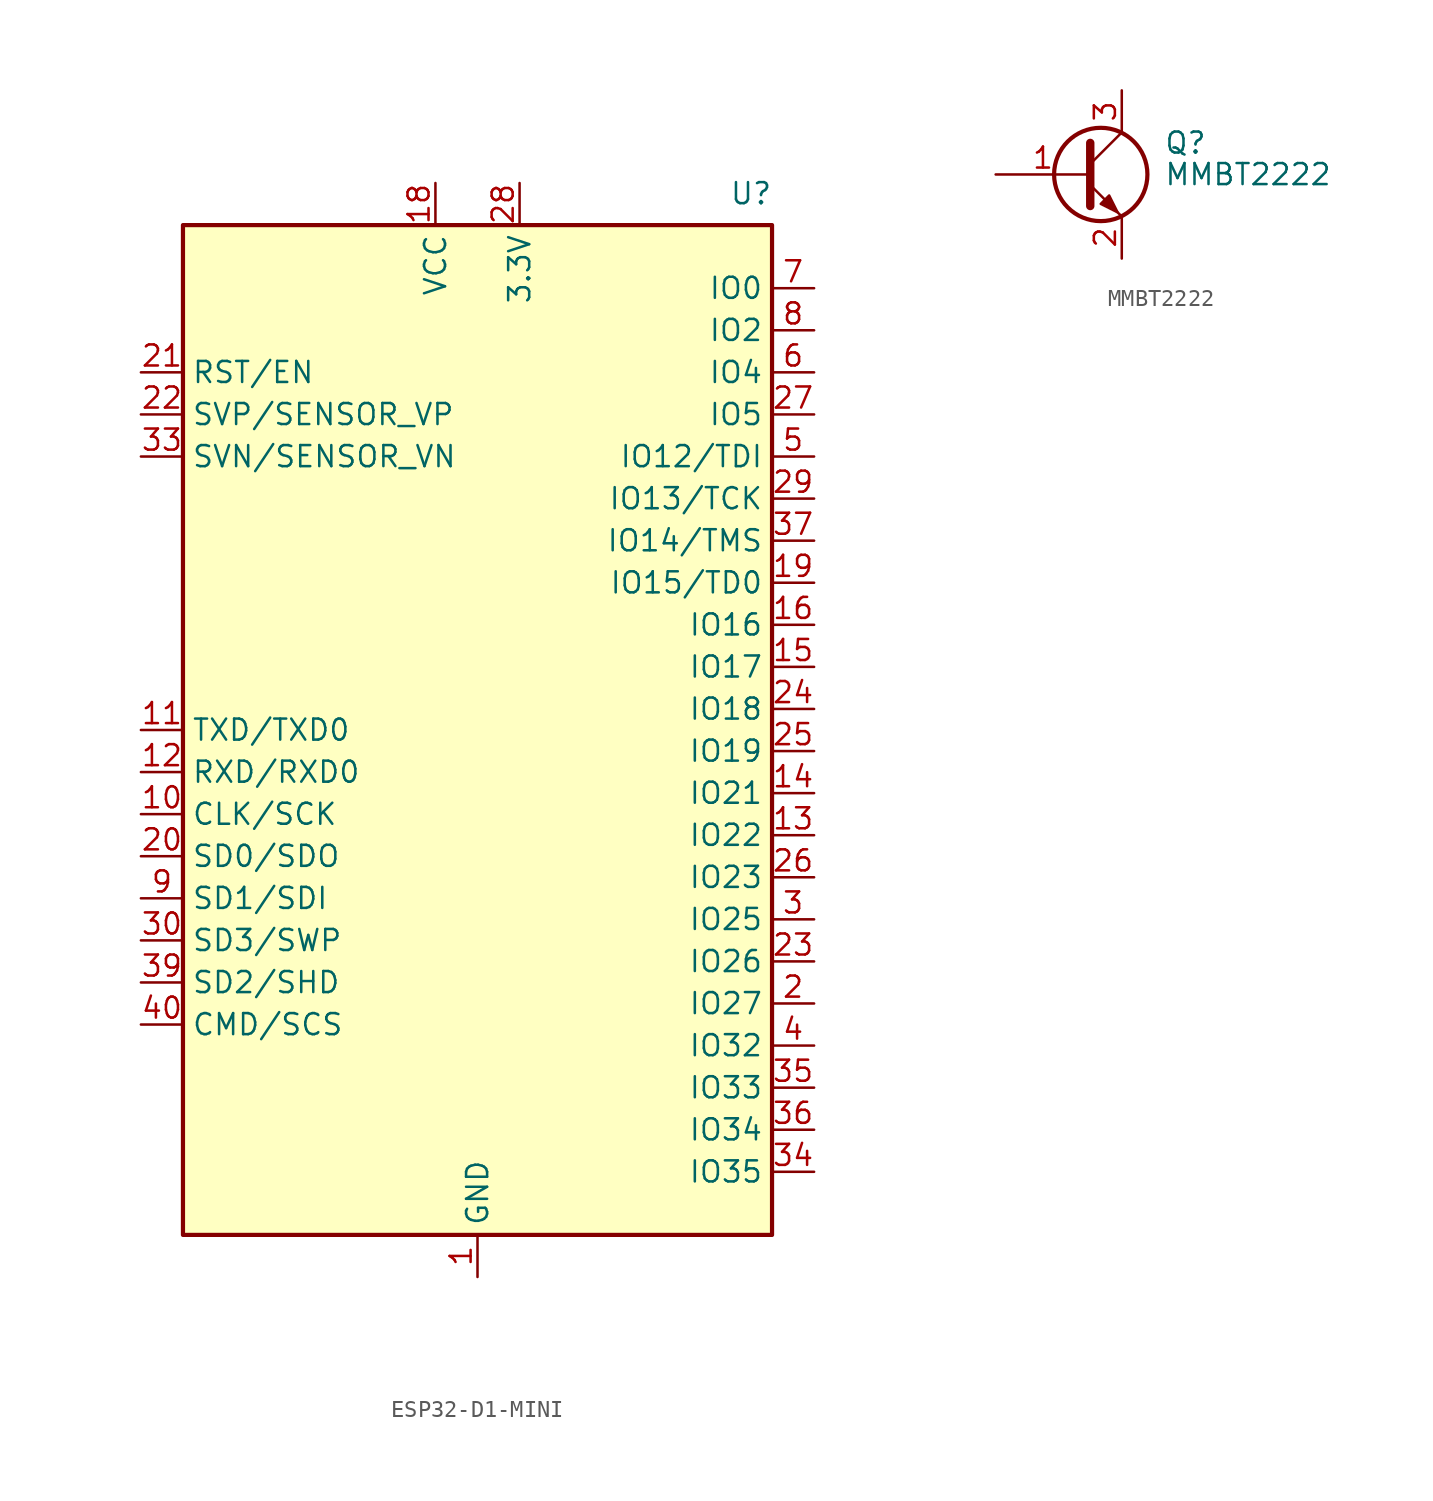
<source format=kicad_sym>
(kicad_symbol_lib
  (version 20220914)
  (generator kicad_symbol_editor)
  (symbol "ESP32-D1-MINI"
    (property "Reference" "U"
      (at 16.51 32.385 0)
      (effects (font (size 1.27 1.27))))
    (property "Value" ""
      (at 0 -1.905 0)
      (effects (font (size 1.27 1.27))))
    (symbol "ESP32-D1-MINI_0_1"
      (rectangle (start -17.78 30.48) (end 17.78 -30.48) (stroke (width 0.254) (type solid)) (fill (type background))))
    (symbol "ESP32-D1-MINI_1_1"
      (pin power_in line (at 0 -33.02 90) (length 2.54) (name "GND" (effects (font (size 1.27 1.27)))) (number "1" (effects (font (size 1.27 1.27)))))
      (pin bidirectional line (at -20.32 -5.08 0) (length 2.54) (name "CLK/SCK" (effects (font (size 1.27 1.27)))) (number "10" (effects (font (size 1.27 1.27)))))
      (pin bidirectional line (at -20.32 0 0) (length 2.54) (name "TXD/TXD0" (effects (font (size 1.27 1.27)))) (number "11" (effects (font (size 1.27 1.27)))))
      (pin bidirectional line (at -20.32 -2.54 0) (length 2.54) (name "RXD/RXD0" (effects (font (size 1.27 1.27)))) (number "12" (effects (font (size 1.27 1.27)))))
      (pin bidirectional line (at 20.32 -6.35 180) (length 2.54) (name "IO22" (effects (font (size 1.27 1.27)))) (number "13" (effects (font (size 1.27 1.27)))))
      (pin bidirectional line (at 20.32 -3.81 180) (length 2.54) (name "IO21" (effects (font (size 1.27 1.27)))) (number "14" (effects (font (size 1.27 1.27)))))
      (pin bidirectional line (at 20.32 3.81 180) (length 2.54) (name "IO17" (effects (font (size 1.27 1.27)))) (number "15" (effects (font (size 1.27 1.27)))))
      (pin bidirectional line (at 20.32 6.35 180) (length 2.54) (name "IO16" (effects (font (size 1.27 1.27)))) (number "16" (effects (font (size 1.27 1.27)))))
      (pin power_in line (at 0 -33.02 90) (length 2.54) hide (name "GND" (effects (font (size 1.27 1.27)))) (number "17" (effects (font (size 1.27 1.27)))))
      (pin power_in line (at -2.54 33.02 270) (length 2.54) (name "VCC" (effects (font (size 1.27 1.27)))) (number "18" (effects (font (size 1.27 1.27)))))
      (pin bidirectional line (at 20.32 8.89 180) (length 2.54) (name "IO15/TD0" (effects (font (size 1.27 1.27)))) (number "19" (effects (font (size 1.27 1.27)))))
      (pin bidirectional line (at 20.32 -16.51 180) (length 2.54) (name "IO27" (effects (font (size 1.27 1.27)))) (number "2" (effects (font (size 1.27 1.27)))))
      (pin bidirectional line (at -20.32 -7.62 0) (length 2.54) (name "SD0/SDO" (effects (font (size 1.27 1.27)))) (number "20" (effects (font (size 1.27 1.27)))))
      (pin input line (at -20.32 21.59 0) (length 2.54) (name "RST/EN" (effects (font (size 1.27 1.27)))) (number "21" (effects (font (size 1.27 1.27)))))
      (pin input line (at -20.32 19.05 0) (length 2.54) (name "SVP/SENSOR_VP" (effects (font (size 1.27 1.27)))) (number "22" (effects (font (size 1.27 1.27)))))
      (pin bidirectional line (at 20.32 -13.97 180) (length 2.54) (name "IO26" (effects (font (size 1.27 1.27)))) (number "23" (effects (font (size 1.27 1.27)))))
      (pin bidirectional line (at 20.32 1.27 180) (length 2.54) (name "IO18" (effects (font (size 1.27 1.27)))) (number "24" (effects (font (size 1.27 1.27)))))
      (pin bidirectional line (at 20.32 -1.27 180) (length 2.54) (name "IO19" (effects (font (size 1.27 1.27)))) (number "25" (effects (font (size 1.27 1.27)))))
      (pin bidirectional line (at 20.32 -8.89 180) (length 2.54) (name "IO23" (effects (font (size 1.27 1.27)))) (number "26" (effects (font (size 1.27 1.27)))))
      (pin bidirectional line (at 20.32 19.05 180) (length 2.54) (name "IO5" (effects (font (size 1.27 1.27)))) (number "27" (effects (font (size 1.27 1.27)))))
      (pin power_out line (at 2.54 33.02 270) (length 2.54) (name "3.3V" (effects (font (size 1.27 1.27)))) (number "28" (effects (font (size 1.27 1.27)))))
      (pin bidirectional line (at 20.32 13.97 180) (length 2.54) (name "IO13/TCK" (effects (font (size 1.27 1.27)))) (number "29" (effects (font (size 1.27 1.27)))))
      (pin bidirectional line (at 20.32 -11.43 180) (length 2.54) (name "IO25" (effects (font (size 1.27 1.27)))) (number "3" (effects (font (size 1.27 1.27)))))
      (pin bidirectional line (at -20.32 -12.7 0) (length 2.54) (name "SD3/SWP" (effects (font (size 1.27 1.27)))) (number "30" (effects (font (size 1.27 1.27)))))
      (pin power_in line (at 0 -33.02 90) (length 2.54) hide (name "GND" (effects (font (size 1.27 1.27)))) (number "31" (effects (font (size 1.27 1.27)))))
      (pin no_connect line (at -20.32 -24.13 0) (length 2.54) hide (name "NC" (effects (font (size 1.27 1.27)))) (number "32" (effects (font (size 1.27 1.27)))))
      (pin input line (at -20.32 16.51 0) (length 2.54) (name "SVN/SENSOR_VN" (effects (font (size 1.27 1.27)))) (number "33" (effects (font (size 1.27 1.27)))))
      (pin bidirectional line (at 20.32 -26.67 180) (length 2.54) (name "IO35" (effects (font (size 1.27 1.27)))) (number "34" (effects (font (size 1.27 1.27)))))
      (pin bidirectional line (at 20.32 -21.59 180) (length 2.54) (name "IO33" (effects (font (size 1.27 1.27)))) (number "35" (effects (font (size 1.27 1.27)))))
      (pin bidirectional line (at 20.32 -24.13 180) (length 2.54) (name "IO34" (effects (font (size 1.27 1.27)))) (number "36" (effects (font (size 1.27 1.27)))))
      (pin bidirectional line (at 20.32 11.43 180) (length 2.54) (name "IO14/TMS" (effects (font (size 1.27 1.27)))) (number "37" (effects (font (size 1.27 1.27)))))
      (pin no_connect line (at -20.32 -26.67 0) (length 2.54) hide (name "NC" (effects (font (size 1.27 1.27)))) (number "38" (effects (font (size 1.27 1.27)))))
      (pin bidirectional line (at -20.32 -15.24 0) (length 2.54) (name "SD2/SHD" (effects (font (size 1.27 1.27)))) (number "39" (effects (font (size 1.27 1.27)))))
      (pin bidirectional line (at 20.32 -19.05 180) (length 2.54) (name "IO32" (effects (font (size 1.27 1.27)))) (number "4" (effects (font (size 1.27 1.27)))))
      (pin bidirectional line (at -20.32 -17.78 0) (length 2.54) (name "CMD/SCS" (effects (font (size 1.27 1.27)))) (number "40" (effects (font (size 1.27 1.27)))))
      (pin bidirectional line (at 20.32 16.51 180) (length 2.54) (name "IO12/TDI" (effects (font (size 1.27 1.27)))) (number "5" (effects (font (size 1.27 1.27)))))
      (pin bidirectional line (at 20.32 21.59 180) (length 2.54) (name "IO4" (effects (font (size 1.27 1.27)))) (number "6" (effects (font (size 1.27 1.27)))))
      (pin bidirectional line (at 20.32 26.67 180) (length 2.54) (name "IO0" (effects (font (size 1.27 1.27)))) (number "7" (effects (font (size 1.27 1.27)))))
      (pin bidirectional line (at 20.32 24.13 180) (length 2.54) (name "IO2" (effects (font (size 1.27 1.27)))) (number "8" (effects (font (size 1.27 1.27)))))
      (pin bidirectional line (at -20.32 -10.16 0) (length 2.54) (name "SD1/SDI" (effects (font (size 1.27 1.27)))) (number "9" (effects (font (size 1.27 1.27)))))))
  (symbol "MMBT2222"
    (pin_names
      (offset 0) hide)
    (property "Reference" "Q"
      (at 5.08 1.905 0)
      (effects (font (size 1.27 1.27)) (justify left)))
    (property "Value" "MMBT2222"
      (at 5.08 0 0)
      (effects (font (size 1.27 1.27)) (justify left)))
    (symbol "MMBT2222_0_1"
      (polyline (pts (xy 0.635 0.635) (xy 2.54 2.54)) (stroke (width 0) (type solid)) (fill (type none)))
      (polyline (pts (xy 0.635 -0.635) (xy 2.54 -2.54) (xy 2.54 -2.54)) (stroke (width 0) (type solid)) (fill (type none)))
      (polyline (pts (xy 0.635 1.905) (xy 0.635 -1.905) (xy 0.635 -1.905)) (stroke (width 0.508) (type solid)) (fill (type none)))
      (polyline (pts (xy 1.27 -1.778) (xy 1.778 -1.27) (xy 2.286 -2.286) (xy 1.27 -1.778) (xy 1.27 -1.778)) (stroke (width 0) (type solid)) (fill (type outline)))
      (circle (center 1.27 0) (radius 2.819) (stroke (width 0.254) (type solid)) (fill (type none))))
    (symbol "MMBT2222_1_1"
      (pin input line (at -5.08 0 0) (length 5.715) (name "B" (effects (font (size 1.27 1.27)))) (number "1" (effects (font (size 1.27 1.27)))))
      (pin passive line (at 2.54 -5.08 90) (length 2.54) (name "E" (effects (font (size 1.27 1.27)))) (number "2" (effects (font (size 1.27 1.27)))))
      (pin passive line (at 2.54 5.08 270) (length 2.54) (name "C" (effects (font (size 1.27 1.27)))) (number "3" (effects (font (size 1.27 1.27))))))))
</source>
